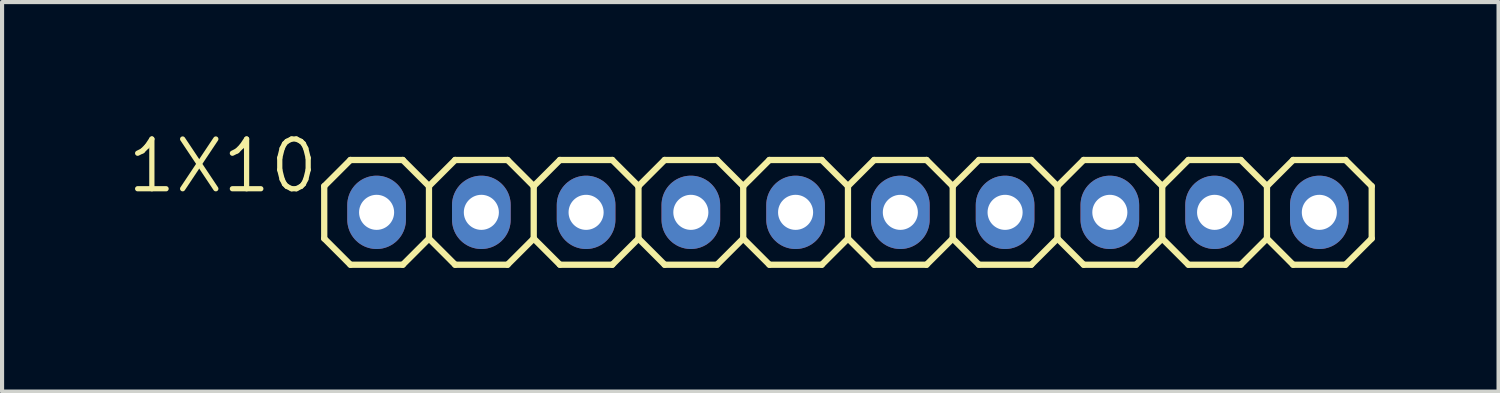
<source format=kicad_pcb>
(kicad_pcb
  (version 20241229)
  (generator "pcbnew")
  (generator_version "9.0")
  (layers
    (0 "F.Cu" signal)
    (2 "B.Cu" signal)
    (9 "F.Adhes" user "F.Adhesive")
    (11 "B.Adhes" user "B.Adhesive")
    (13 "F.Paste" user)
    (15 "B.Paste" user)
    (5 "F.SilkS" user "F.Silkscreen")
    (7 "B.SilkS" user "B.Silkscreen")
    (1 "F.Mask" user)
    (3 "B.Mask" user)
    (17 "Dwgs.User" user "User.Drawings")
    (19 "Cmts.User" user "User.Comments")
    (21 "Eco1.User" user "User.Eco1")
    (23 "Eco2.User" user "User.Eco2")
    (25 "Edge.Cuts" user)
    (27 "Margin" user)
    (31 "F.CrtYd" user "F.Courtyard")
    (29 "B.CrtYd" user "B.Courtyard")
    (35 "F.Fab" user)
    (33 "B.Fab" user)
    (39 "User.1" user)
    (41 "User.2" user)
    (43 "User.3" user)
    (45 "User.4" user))
  (footprint "1X10"
    (layer "F.Cu")
    (at 17.512 2.099)
    (property "Reference" "1X10" (at -12.776 -1.829 0) (layer "F.SilkS") (effects (font (size 1.206 1.206) (thickness 0.127)) (justify right top)))
    (attr through_hole)
    (fp_line (start -12.7 -0.635) (end -12.7 0.635) (stroke (width 0.152) (type solid)) (layer "F.SilkS"))
    (fp_line (start -12.7 0.635) (end -12.065 1.27) (stroke (width 0.152) (type solid)) (layer "F.SilkS"))
    (fp_line (start -12.065 -1.27) (end -12.7 -0.635) (stroke (width 0.152) (type solid)) (layer "F.SilkS"))
    (fp_line (start -12.065 -1.27) (end -10.795 -1.27) (stroke (width 0.152) (type solid)) (layer "F.SilkS"))
    (fp_line (start -10.795 -1.27) (end -10.16 -0.635) (stroke (width 0.152) (type solid)) (layer "F.SilkS"))
    (fp_line (start -10.795 1.27) (end -12.065 1.27) (stroke (width 0.152) (type solid)) (layer "F.SilkS"))
    (fp_line (start -10.16 -0.635) (end -10.16 0.635) (stroke (width 0.152) (type solid)) (layer "F.SilkS"))
    (fp_line (start -10.16 -0.635) (end -9.525 -1.27) (stroke (width 0.152) (type solid)) (layer "F.SilkS"))
    (fp_line (start -10.16 0.635) (end -10.795 1.27) (stroke (width 0.152) (type solid)) (layer "F.SilkS"))
    (fp_line (start -9.525 -1.27) (end -8.255 -1.27) (stroke (width 0.152) (type solid)) (layer "F.SilkS"))
    (fp_line (start -9.525 1.27) (end -10.16 0.635) (stroke (width 0.152) (type solid)) (layer "F.SilkS"))
    (fp_line (start -8.255 -1.27) (end -7.62 -0.635) (stroke (width 0.152) (type solid)) (layer "F.SilkS"))
    (fp_line (start -8.255 1.27) (end -9.525 1.27) (stroke (width 0.152) (type solid)) (layer "F.SilkS"))
    (fp_line (start -7.62 -0.635) (end -7.62 0.635) (stroke (width 0.152) (type solid)) (layer "F.SilkS"))
    (fp_line (start -7.62 -0.635) (end -6.985 -1.27) (stroke (width 0.152) (type solid)) (layer "F.SilkS"))
    (fp_line (start -7.62 0.635) (end -8.255 1.27) (stroke (width 0.152) (type solid)) (layer "F.SilkS"))
    (fp_line (start -6.985 -1.27) (end -5.715 -1.27) (stroke (width 0.152) (type solid)) (layer "F.SilkS"))
    (fp_line (start -6.985 1.27) (end -7.62 0.635) (stroke (width 0.152) (type solid)) (layer "F.SilkS"))
    (fp_line (start -5.715 -1.27) (end -5.08 -0.635) (stroke (width 0.152) (type solid)) (layer "F.SilkS"))
    (fp_line (start -5.715 1.27) (end -6.985 1.27) (stroke (width 0.152) (type solid)) (layer "F.SilkS"))
    (fp_line (start -5.08 -0.635) (end -5.08 0.635) (stroke (width 0.152) (type solid)) (layer "F.SilkS"))
    (fp_line (start -5.08 0.635) (end -5.715 1.27) (stroke (width 0.152) (type solid)) (layer "F.SilkS"))
    (fp_line (start -5.08 0.635) (end -4.445 1.27) (stroke (width 0.152) (type solid)) (layer "F.SilkS"))
    (fp_line (start -4.445 -1.27) (end -5.08 -0.635) (stroke (width 0.152) (type solid)) (layer "F.SilkS"))
    (fp_line (start -4.445 -1.27) (end -3.175 -1.27) (stroke (width 0.152) (type solid)) (layer "F.SilkS"))
    (fp_line (start -3.175 -1.27) (end -2.54 -0.635) (stroke (width 0.152) (type solid)) (layer "F.SilkS"))
    (fp_line (start -3.175 1.27) (end -4.445 1.27) (stroke (width 0.152) (type solid)) (layer "F.SilkS"))
    (fp_line (start -2.54 -0.635) (end -2.54 0.635) (stroke (width 0.152) (type solid)) (layer "F.SilkS"))
    (fp_line (start -2.54 -0.635) (end -1.905 -1.27) (stroke (width 0.152) (type solid)) (layer "F.SilkS"))
    (fp_line (start -2.54 0.635) (end -3.175 1.27) (stroke (width 0.152) (type solid)) (layer "F.SilkS"))
    (fp_line (start -1.905 -1.27) (end -0.635 -1.27) (stroke (width 0.152) (type solid)) (layer "F.SilkS"))
    (fp_line (start -1.905 1.27) (end -2.54 0.635) (stroke (width 0.152) (type solid)) (layer "F.SilkS"))
    (fp_line (start -0.635 -1.27) (end 0 -0.635) (stroke (width 0.152) (type solid)) (layer "F.SilkS"))
    (fp_line (start -0.635 1.27) (end -1.905 1.27) (stroke (width 0.152) (type solid)) (layer "F.SilkS"))
    (fp_line (start 0 -0.635) (end 0 0.635) (stroke (width 0.152) (type solid)) (layer "F.SilkS"))
    (fp_line (start 0 -0.635) (end 0.635 -1.27) (stroke (width 0.152) (type solid)) (layer "F.SilkS"))
    (fp_line (start 0 0.635) (end -0.635 1.27) (stroke (width 0.152) (type solid)) (layer "F.SilkS"))
    (fp_line (start 0.635 -1.27) (end 1.905 -1.27) (stroke (width 0.152) (type solid)) (layer "F.SilkS"))
    (fp_line (start 0.635 1.27) (end 0 0.635) (stroke (width 0.152) (type solid)) (layer "F.SilkS"))
    (fp_line (start 1.905 -1.27) (end 2.54 -0.635) (stroke (width 0.152) (type solid)) (layer "F.SilkS"))
    (fp_line (start 1.905 1.27) (end 0.635 1.27) (stroke (width 0.152) (type solid)) (layer "F.SilkS"))
    (fp_line (start 2.54 -0.635) (end 2.54 0.635) (stroke (width 0.152) (type solid)) (layer "F.SilkS"))
    (fp_line (start 2.54 0.635) (end 1.905 1.27) (stroke (width 0.152) (type solid)) (layer "F.SilkS"))
    (fp_line (start 2.54 0.635) (end 3.175 1.27) (stroke (width 0.152) (type solid)) (layer "F.SilkS"))
    (fp_line (start 3.175 -1.27) (end 2.54 -0.635) (stroke (width 0.152) (type solid)) (layer "F.SilkS"))
    (fp_line (start 3.175 -1.27) (end 4.445 -1.27) (stroke (width 0.152) (type solid)) (layer "F.SilkS"))
    (fp_line (start 4.445 -1.27) (end 5.08 -0.635) (stroke (width 0.152) (type solid)) (layer "F.SilkS"))
    (fp_line (start 4.445 1.27) (end 3.175 1.27) (stroke (width 0.152) (type solid)) (layer "F.SilkS"))
    (fp_line (start 5.08 -0.635) (end 5.08 0.635) (stroke (width 0.152) (type solid)) (layer "F.SilkS"))
    (fp_line (start 5.08 -0.635) (end 5.715 -1.27) (stroke (width 0.152) (type solid)) (layer "F.SilkS"))
    (fp_line (start 5.08 0.635) (end 4.445 1.27) (stroke (width 0.152) (type solid)) (layer "F.SilkS"))
    (fp_line (start 5.715 -1.27) (end 6.985 -1.27) (stroke (width 0.152) (type solid)) (layer "F.SilkS"))
    (fp_line (start 5.715 1.27) (end 5.08 0.635) (stroke (width 0.152) (type solid)) (layer "F.SilkS"))
    (fp_line (start 6.985 -1.27) (end 7.62 -0.635) (stroke (width 0.152) (type solid)) (layer "F.SilkS"))
    (fp_line (start 6.985 1.27) (end 5.715 1.27) (stroke (width 0.152) (type solid)) (layer "F.SilkS"))
    (fp_line (start 7.62 -0.635) (end 7.62 0.635) (stroke (width 0.152) (type solid)) (layer "F.SilkS"))
    (fp_line (start 7.62 -0.635) (end 8.255 -1.27) (stroke (width 0.152) (type solid)) (layer "F.SilkS"))
    (fp_line (start 7.62 0.635) (end 6.985 1.27) (stroke (width 0.152) (type solid)) (layer "F.SilkS"))
    (fp_line (start 8.255 -1.27) (end 9.525 -1.27) (stroke (width 0.152) (type solid)) (layer "F.SilkS"))
    (fp_line (start 8.255 1.27) (end 7.62 0.635) (stroke (width 0.152) (type solid)) (layer "F.SilkS"))
    (fp_line (start 9.525 -1.27) (end 10.16 -0.635) (stroke (width 0.152) (type solid)) (layer "F.SilkS"))
    (fp_line (start 9.525 1.27) (end 8.255 1.27) (stroke (width 0.152) (type solid)) (layer "F.SilkS"))
    (fp_line (start 10.16 -0.635) (end 10.16 0.635) (stroke (width 0.152) (type solid)) (layer "F.SilkS"))
    (fp_line (start 10.16 0.635) (end 9.525 1.27) (stroke (width 0.152) (type solid)) (layer "F.SilkS"))
    (fp_line (start 10.16 0.635) (end 10.795 1.27) (stroke (width 0.152) (type solid)) (layer "F.SilkS"))
    (fp_line (start 10.795 -1.27) (end 10.16 -0.635) (stroke (width 0.152) (type solid)) (layer "F.SilkS"))
    (fp_line (start 10.795 -1.27) (end 12.065 -1.27) (stroke (width 0.152) (type solid)) (layer "F.SilkS"))
    (fp_line (start 12.065 -1.27) (end 12.7 -0.635) (stroke (width 0.152) (type solid)) (layer "F.SilkS"))
    (fp_line (start 12.065 1.27) (end 10.795 1.27) (stroke (width 0.152) (type solid)) (layer "F.SilkS"))
    (fp_line (start 12.7 -0.635) (end 12.7 0.635) (stroke (width 0.152) (type solid)) (layer "F.SilkS"))
    (fp_line (start 12.7 0.635) (end 12.065 1.27) (stroke (width 0.152) (type solid)) (layer "F.SilkS"))
    (fp_poly (pts (xy -11.684 0.254) (xy -11.176 0.254) (xy -11.176 -0.254) (xy -11.684 -0.254)) (stroke (width 0.1) (type solid)) (fill no) (layer "F.Fab"))
    (fp_poly (pts (xy -9.144 0.254) (xy -8.636 0.254) (xy -8.636 -0.254) (xy -9.144 -0.254)) (stroke (width 0.1) (type solid)) (fill no) (layer "F.Fab"))
    (fp_poly (pts (xy -6.604 0.254) (xy -6.096 0.254) (xy -6.096 -0.254) (xy -6.604 -0.254)) (stroke (width 0.1) (type solid)) (fill no) (layer "F.Fab"))
    (fp_poly (pts (xy -4.064 0.254) (xy -3.556 0.254) (xy -3.556 -0.254) (xy -4.064 -0.254)) (stroke (width 0.1) (type solid)) (fill no) (layer "F.Fab"))
    (fp_poly (pts (xy -1.524 0.254) (xy -1.016 0.254) (xy -1.016 -0.254) (xy -1.524 -0.254)) (stroke (width 0.1) (type solid)) (fill no) (layer "F.Fab"))
    (fp_poly (pts (xy 1.016 0.254) (xy 1.524 0.254) (xy 1.524 -0.254) (xy 1.016 -0.254)) (stroke (width 0.1) (type solid)) (fill no) (layer "F.Fab"))
    (fp_poly (pts (xy 3.556 0.254) (xy 4.064 0.254) (xy 4.064 -0.254) (xy 3.556 -0.254)) (stroke (width 0.1) (type solid)) (fill no) (layer "F.Fab"))
    (fp_poly (pts (xy 6.096 0.254) (xy 6.604 0.254) (xy 6.604 -0.254) (xy 6.096 -0.254)) (stroke (width 0.1) (type solid)) (fill no) (layer "F.Fab"))
    (fp_poly (pts (xy 8.636 0.254) (xy 9.144 0.254) (xy 9.144 -0.254) (xy 8.636 -0.254)) (stroke (width 0.1) (type solid)) (fill no) (layer "F.Fab"))
    (fp_poly (pts (xy 11.176 0.254) (xy 11.684 0.254) (xy 11.684 -0.254) (xy 11.176 -0.254)) (stroke (width 0.1) (type solid)) (fill no) (layer "F.Fab"))
    (pad "1" thru_hole oval (at -11.43 0 90) (size 1.778 1.422) (drill 0.85) (layers "*.Cu" "*.Mask"))
    (pad "2" thru_hole oval (at -8.89 0 90) (size 1.778 1.422) (drill 0.85) (layers "*.Cu" "*.Mask"))
    (pad "3" thru_hole oval (at -6.35 0 90) (size 1.778 1.422) (drill 0.85) (layers "*.Cu" "*.Mask"))
    (pad "4" thru_hole oval (at -3.81 0 90) (size 1.778 1.422) (drill 0.85) (layers "*.Cu" "*.Mask"))
    (pad "5" thru_hole oval (at -1.27 0 90) (size 1.778 1.422) (drill 0.85) (layers "*.Cu" "*.Mask"))
    (pad "6" thru_hole oval (at 1.27 0 90) (size 1.778 1.422) (drill 0.85) (layers "*.Cu" "*.Mask"))
    (pad "7" thru_hole oval (at 3.81 0 90) (size 1.778 1.422) (drill 0.85) (layers "*.Cu" "*.Mask"))
    (pad "8" thru_hole oval (at 6.35 0 90) (size 1.778 1.422) (drill 0.85) (layers "*.Cu" "*.Mask"))
    (pad "9" thru_hole oval (at 8.89 0 90) (size 1.778 1.422) (drill 0.85) (layers "*.Cu" "*.Mask"))
    (pad "10" thru_hole oval (at 11.43 0 90) (size 1.778 1.422) (drill 0.85) (layers "*.Cu" "*.Mask")))
  (gr_rect
    (start -3 -3)
    (end 33.288 6.445)
    (stroke (width 0.1) (type default))
    (fill no)
    (layer "Edge.Cuts")))
</source>
